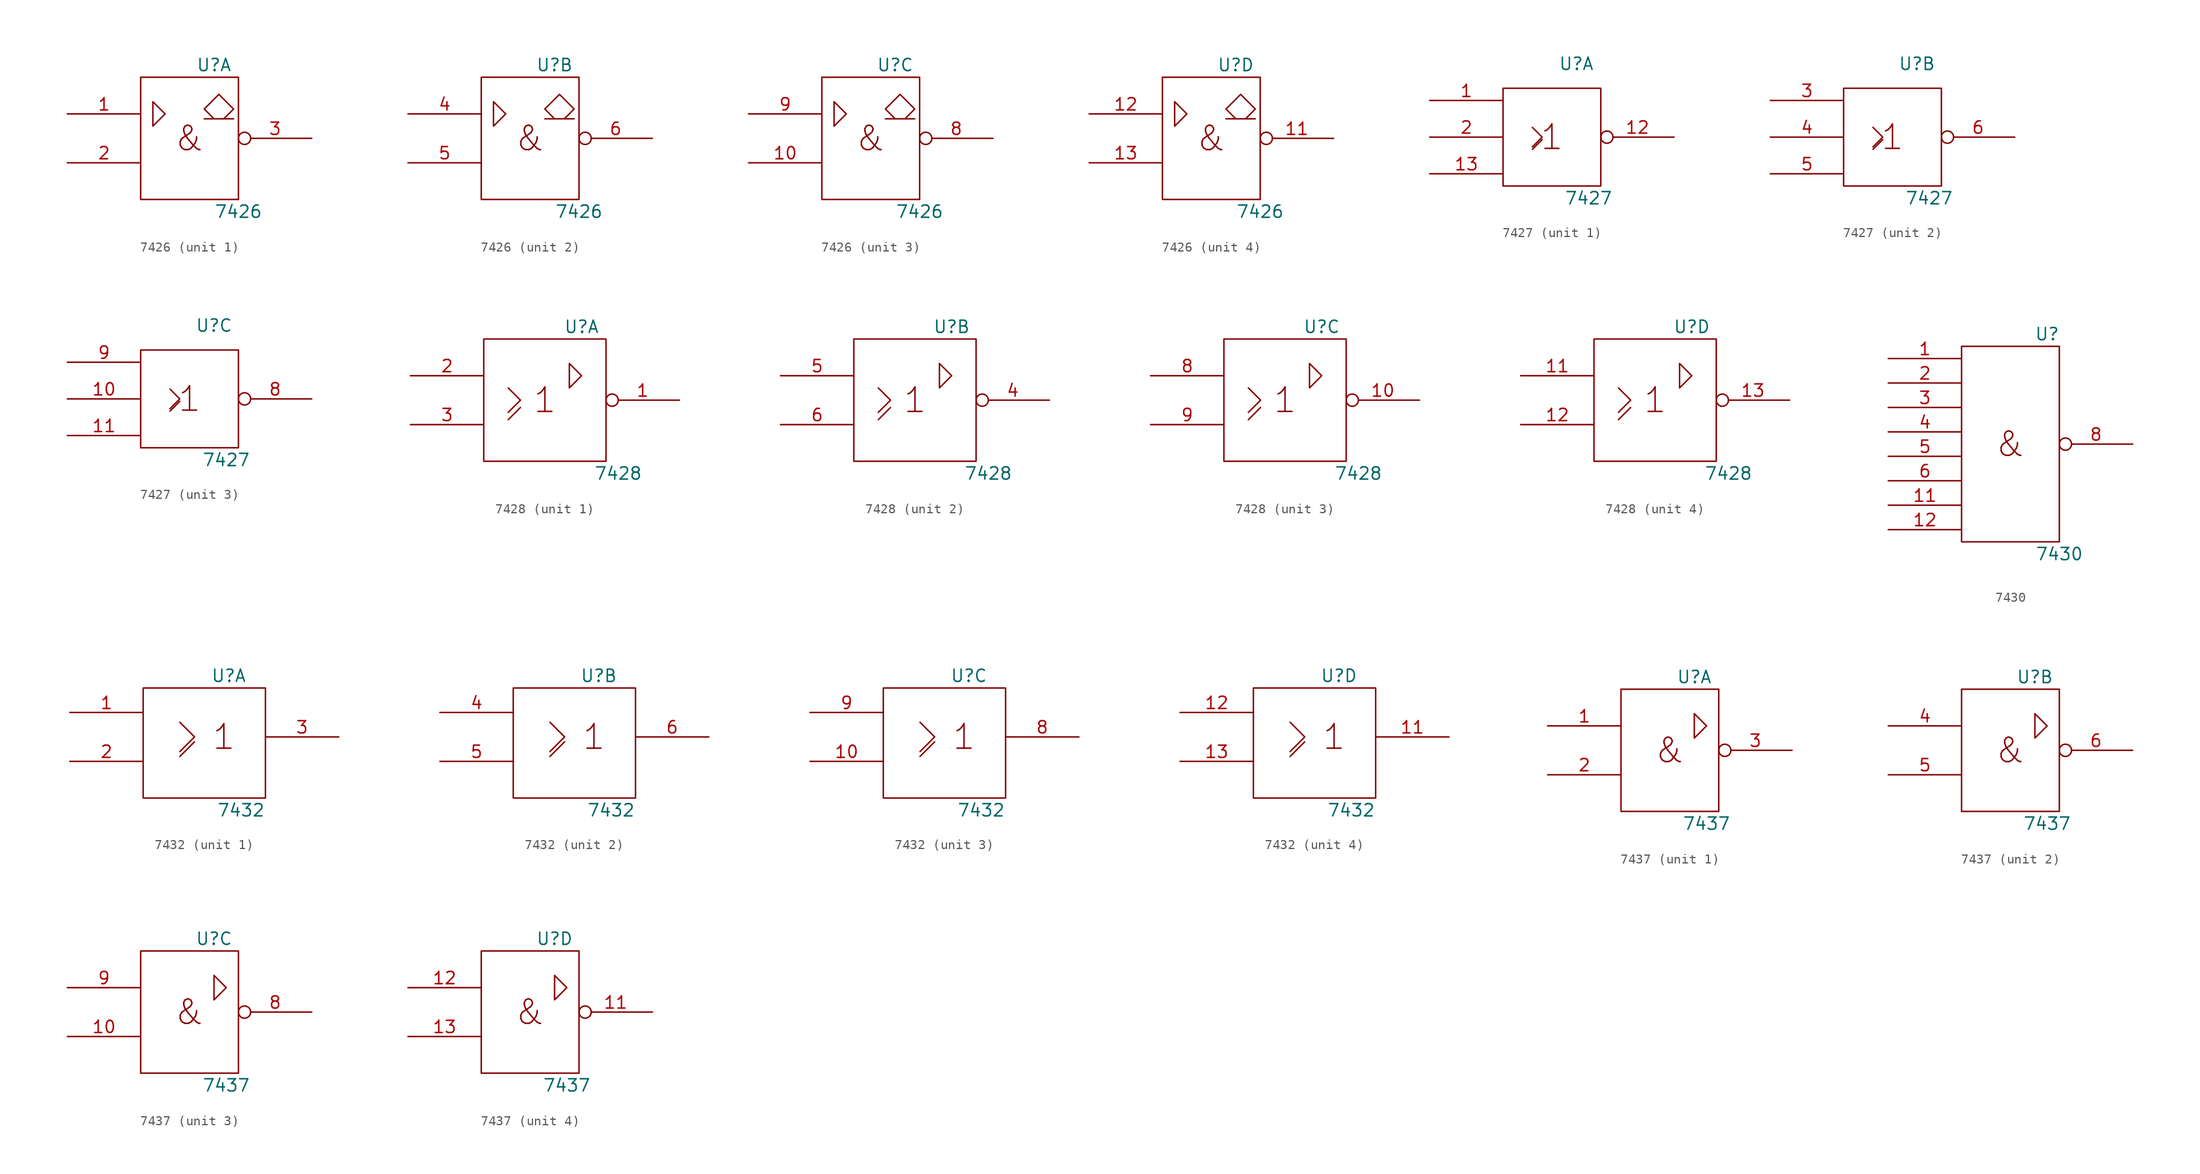
<source format=kicad_sym>
(kicad_symbol_lib
  (version 20201005)
  (generator kicad_symbol_editor)
  (symbol "7426"
    (pin_names
      (offset 0.762))
    (property "Reference" "U"
      (at 2.54 7.62 0)
      (effects (font (size 1.27 1.27))))
    (property "Value" "7426"
      (at 5.08 -7.62 0)
      (effects (font (size 1.27 1.27))))
    (symbol "7426_0_0"
      (text "&" (at 0 0 0) (effects (font (size 2.54 2.54))))
      (polyline (pts (xy -3.81 3.81) (xy -3.81 1.27) (xy -2.54 2.54) (xy -3.81 3.81) (xy -3.81 3.81)) (stroke (width 0)) (fill (type none)))
      (polyline (pts (xy 2.54 2.032) (xy 1.524 3.048) (xy 3.048 4.572) (xy 4.572 3.048) (xy 3.556 2.032) (xy 4.572 2.032) (xy 1.524 2.032) (xy 1.524 2.032)) (stroke (width 0)) (fill (type none)))
      (pin power_in line (at 0 6.35 270) (length 0) hide (name "Vcc" (effects (font (size 1.27 1.27)))) (number "14" (effects (font (size 1.27 1.27))))))
    (symbol "7426_0_1"
      (rectangle (start -5.08 6.35) (end 5.08 -6.35) (stroke (width 0)) (fill (type none)))
      (pin power_in line (at 0 -6.35 90) (length 0) hide (name "GND" (effects (font (size 1.27 1.27)))) (number "7" (effects (font (size 1.27 1.27))))))
    (symbol "7426_1_1"
      (pin input line (at -12.7 2.54 0) (length 7.62) (name "~" (effects (font (size 1.27 1.27)))) (number "1" (effects (font (size 1.27 1.27)))))
      (pin input line (at -12.7 -2.54 0) (length 7.62) (name "~" (effects (font (size 1.27 1.27)))) (number "2" (effects (font (size 1.27 1.27)))))
      (pin open_collector inverted (at 12.7 0 180) (length 7.62) (name "~" (effects (font (size 1.27 1.27)))) (number "3" (effects (font (size 1.27 1.27))))))
    (symbol "7426_2_1"
      (pin input line (at -12.7 2.54 0) (length 7.62) (name "~" (effects (font (size 1.27 1.27)))) (number "4" (effects (font (size 1.27 1.27)))))
      (pin input line (at -12.7 -2.54 0) (length 7.62) (name "~" (effects (font (size 1.27 1.27)))) (number "5" (effects (font (size 1.27 1.27)))))
      (pin open_collector inverted (at 12.7 0 180) (length 7.62) (name "~" (effects (font (size 1.27 1.27)))) (number "6" (effects (font (size 1.27 1.27))))))
    (symbol "7426_3_1"
      (pin input line (at -12.7 -2.54 0) (length 7.62) (name "~" (effects (font (size 1.27 1.27)))) (number "10" (effects (font (size 1.27 1.27)))))
      (pin open_collector inverted (at 12.7 0 180) (length 7.62) (name "~" (effects (font (size 1.27 1.27)))) (number "8" (effects (font (size 1.27 1.27)))))
      (pin input line (at -12.7 2.54 0) (length 7.62) (name "~" (effects (font (size 1.27 1.27)))) (number "9" (effects (font (size 1.27 1.27))))))
    (symbol "7426_4_1"
      (pin open_collector inverted (at 12.7 0 180) (length 7.62) (name "~" (effects (font (size 1.27 1.27)))) (number "11" (effects (font (size 1.27 1.27)))))
      (pin input line (at -12.7 2.54 0) (length 7.62) (name "~" (effects (font (size 1.27 1.27)))) (number "12" (effects (font (size 1.27 1.27)))))
      (pin input line (at -12.7 -2.54 0) (length 7.62) (name "~" (effects (font (size 1.27 1.27)))) (number "13" (effects (font (size 1.27 1.27)))))))
  (symbol "7427"
    (pin_names
      (offset 0.762))
    (property "Reference" "U"
      (at 2.54 7.62 0)
      (effects (font (size 1.27 1.27))))
    (property "Value" "7427"
      (at 3.81 -6.35 0)
      (effects (font (size 1.27 1.27))))
    (symbol "7427_0_0"
      (text "1" (at 0 0 0) (effects (font (size 2.54 2.54))))
      (polyline (pts (xy -2.032 -1.27) (xy -1.016 -0.254) (xy -1.016 -0.254)) (stroke (width 0)) (fill (type none)))
      (polyline (pts (xy -2.032 1.016) (xy -1.016 0) (xy -2.032 -1.016) (xy -2.032 -1.016)) (stroke (width 0)) (fill (type none))))
    (symbol "7427_0_1"
      (rectangle (start -5.08 5.08) (end 5.08 -5.08) (stroke (width 0)) (fill (type none)))
      (pin power_in line (at 0 5.08 270) (length 0) hide (name "Vcc" (effects (font (size 1.27 1.27)))) (number "14" (effects (font (size 1.27 1.27)))))
      (pin power_in line (at 0 -5.08 90) (length 0) hide (name "Gnd" (effects (font (size 1.27 1.27)))) (number "7" (effects (font (size 1.27 1.27))))))
    (symbol "7427_1_1"
      (pin input line (at -12.7 3.81 0) (length 7.62) (name "~" (effects (font (size 1.27 1.27)))) (number "1" (effects (font (size 1.27 1.27)))))
      (pin output inverted (at 12.7 0 180) (length 7.62) (name "~" (effects (font (size 1.27 1.27)))) (number "12" (effects (font (size 1.27 1.27)))))
      (pin input line (at -12.7 -3.81 0) (length 7.62) (name "~" (effects (font (size 1.27 1.27)))) (number "13" (effects (font (size 1.27 1.27)))))
      (pin input line (at -12.7 0 0) (length 7.62) (name "~" (effects (font (size 1.27 1.27)))) (number "2" (effects (font (size 1.27 1.27))))))
    (symbol "7427_2_1"
      (pin input line (at -12.7 3.81 0) (length 7.62) (name "~" (effects (font (size 1.27 1.27)))) (number "3" (effects (font (size 1.27 1.27)))))
      (pin input line (at -12.7 0 0) (length 7.62) (name "~" (effects (font (size 1.27 1.27)))) (number "4" (effects (font (size 1.27 1.27)))))
      (pin input line (at -12.7 -3.81 0) (length 7.62) (name "~" (effects (font (size 1.27 1.27)))) (number "5" (effects (font (size 1.27 1.27)))))
      (pin output inverted (at 12.7 0 180) (length 7.62) (name "~" (effects (font (size 1.27 1.27)))) (number "6" (effects (font (size 1.27 1.27))))))
    (symbol "7427_3_1"
      (pin input line (at -12.7 0 0) (length 7.62) (name "~" (effects (font (size 1.27 1.27)))) (number "10" (effects (font (size 1.27 1.27)))))
      (pin input line (at -12.7 -3.81 0) (length 7.62) (name "~" (effects (font (size 1.27 1.27)))) (number "11" (effects (font (size 1.27 1.27)))))
      (pin output inverted (at 12.7 0 180) (length 7.62) (name "~" (effects (font (size 1.27 1.27)))) (number "8" (effects (font (size 1.27 1.27)))))
      (pin input line (at -12.7 3.81 0) (length 7.62) (name "~" (effects (font (size 1.27 1.27)))) (number "9" (effects (font (size 1.27 1.27)))))))
  (symbol "7428"
    (pin_names
      (offset 0.762))
    (property "Reference" "U"
      (at 3.81 7.62 0)
      (effects (font (size 1.27 1.27))))
    (property "Value" "7428"
      (at 7.62 -7.62 0)
      (effects (font (size 1.27 1.27))))
    (symbol "7428_0_0"
      (text "1" (at 0 0 0) (effects (font (size 2.54 2.54))))
      (polyline (pts (xy -3.81 -2.032) (xy -2.54 -0.762) (xy -2.54 -0.762)) (stroke (width 0)) (fill (type none)))
      (polyline (pts (xy -3.81 1.27) (xy -2.54 0) (xy -3.81 -1.27) (xy -3.81 -1.27)) (stroke (width 0)) (fill (type none)))
      (pin power_in line (at 0 6.35 270) (length 0) hide (name "Vcc" (effects (font (size 1.27 1.27)))) (number "14" (effects (font (size 1.27 1.27)))))
      (pin power_in line (at 0 -6.35 90) (length 0) hide (name "Gnd" (effects (font (size 1.27 1.27)))) (number "7" (effects (font (size 1.27 1.27))))))
    (symbol "7428_0_1"
      (rectangle (start -6.35 6.35) (end 6.35 -6.35) (stroke (width 0)) (fill (type none)))
      (polyline (pts (xy 2.54 1.27) (xy 2.54 3.81) (xy 3.81 2.54) (xy 2.54 1.27) (xy 2.54 1.27)) (stroke (width 0)) (fill (type none))))
    (symbol "7428_1_1"
      (pin output inverted (at 13.97 0 180) (length 7.62) (name "~" (effects (font (size 1.27 1.27)))) (number "1" (effects (font (size 1.27 1.27)))))
      (pin input line (at -13.97 2.54 0) (length 7.62) (name "~" (effects (font (size 1.27 1.27)))) (number "2" (effects (font (size 1.27 1.27)))))
      (pin input line (at -13.97 -2.54 0) (length 7.62) (name "~" (effects (font (size 1.27 1.27)))) (number "3" (effects (font (size 1.27 1.27))))))
    (symbol "7428_2_1"
      (pin output inverted (at 13.97 0 180) (length 7.62) (name "~" (effects (font (size 1.27 1.27)))) (number "4" (effects (font (size 1.27 1.27)))))
      (pin input line (at -13.97 2.54 0) (length 7.62) (name "~" (effects (font (size 1.27 1.27)))) (number "5" (effects (font (size 1.27 1.27)))))
      (pin input line (at -13.97 -2.54 0) (length 7.62) (name "~" (effects (font (size 1.27 1.27)))) (number "6" (effects (font (size 1.27 1.27))))))
    (symbol "7428_3_1"
      (pin output inverted (at 13.97 0 180) (length 7.62) (name "~" (effects (font (size 1.27 1.27)))) (number "10" (effects (font (size 1.27 1.27)))))
      (pin input line (at -13.97 2.54 0) (length 7.62) (name "~" (effects (font (size 1.27 1.27)))) (number "8" (effects (font (size 1.27 1.27)))))
      (pin input line (at -13.97 -2.54 0) (length 7.62) (name "~" (effects (font (size 1.27 1.27)))) (number "9" (effects (font (size 1.27 1.27))))))
    (symbol "7428_4_1"
      (pin input line (at -13.97 2.54 0) (length 7.62) (name "~" (effects (font (size 1.27 1.27)))) (number "11" (effects (font (size 1.27 1.27)))))
      (pin input line (at -13.97 -2.54 0) (length 7.62) (name "~" (effects (font (size 1.27 1.27)))) (number "12" (effects (font (size 1.27 1.27)))))
      (pin output inverted (at 13.97 0 180) (length 7.62) (name "~" (effects (font (size 1.27 1.27)))) (number "13" (effects (font (size 1.27 1.27)))))))
  (symbol "7430"
    (pin_names
      (offset 0.762))
    (property "Reference" "U"
      (at 3.81 11.43 0)
      (effects (font (size 1.27 1.27))))
    (property "Value" "7430"
      (at 5.08 -11.43 0)
      (effects (font (size 1.27 1.27))))
    (symbol "7430_0_0"
      (text "&" (at 0 0 0) (effects (font (size 2.54 2.54)))))
    (symbol "7430_0_1"
      (rectangle (start -5.08 10.16) (end 5.08 -10.16) (stroke (width 0)) (fill (type none)))
      (pin power_in line (at 0 10.16 270) (length 0) hide (name "Vcc" (effects (font (size 1.27 1.27)))) (number "14" (effects (font (size 1.27 1.27)))))
      (pin power_in line (at 0 -10.16 90) (length 0) hide (name "Gnd" (effects (font (size 1.27 1.27)))) (number "7" (effects (font (size 1.27 1.27))))))
    (symbol "7430_1_1"
      (pin input line (at -12.7 8.89 0) (length 7.62) (name "~" (effects (font (size 1.27 1.27)))) (number "1" (effects (font (size 1.27 1.27)))))
      (pin input line (at -12.7 -6.35 0) (length 7.62) (name "~" (effects (font (size 1.27 1.27)))) (number "11" (effects (font (size 1.27 1.27)))))
      (pin input line (at -12.7 -8.89 0) (length 7.62) (name "~" (effects (font (size 1.27 1.27)))) (number "12" (effects (font (size 1.27 1.27)))))
      (pin input line (at -12.7 6.35 0) (length 7.62) (name "~" (effects (font (size 1.27 1.27)))) (number "2" (effects (font (size 1.27 1.27)))))
      (pin input line (at -12.7 3.81 0) (length 7.62) (name "~" (effects (font (size 1.27 1.27)))) (number "3" (effects (font (size 1.27 1.27)))))
      (pin input line (at -12.7 1.27 0) (length 7.62) (name "~" (effects (font (size 1.27 1.27)))) (number "4" (effects (font (size 1.27 1.27)))))
      (pin input line (at -12.7 -1.27 0) (length 7.62) (name "~" (effects (font (size 1.27 1.27)))) (number "5" (effects (font (size 1.27 1.27)))))
      (pin input line (at -12.7 -3.81 0) (length 7.62) (name "~" (effects (font (size 1.27 1.27)))) (number "6" (effects (font (size 1.27 1.27)))))
      (pin output inverted (at 12.7 0 180) (length 7.62) (name "~" (effects (font (size 1.27 1.27)))) (number "8" (effects (font (size 1.27 1.27)))))))
  (symbol "7432"
    (pin_names
      (offset 0.762))
    (property "Reference" "U"
      (at 2.54 6.35 0)
      (effects (font (size 1.27 1.27))))
    (property "Value" "7432"
      (at 3.81 -7.62 0)
      (effects (font (size 1.27 1.27))))
    (symbol "7432_0_1"
      (text "1" (at 2.032 0 0) (effects (font (size 2.54 2.54))))
      (rectangle (start -6.35 5.08) (end 6.35 -6.35) (stroke (width 0)) (fill (type none)))
      (polyline (pts (xy -2.54 -2.032) (xy -1.016 -0.508) (xy -1.016 -0.508)) (stroke (width 0)) (fill (type none)))
      (polyline (pts (xy -2.54 1.524) (xy -2.54 1.524) (xy -1.016 0) (xy -2.54 -1.524) (xy -2.54 -1.524)) (stroke (width 0)) (fill (type none)))
      (pin power_in line (at 0 5.08 270) (length 0) hide (name "Vcc" (effects (font (size 1.27 1.27)))) (number "14" (effects (font (size 1.27 1.27)))))
      (pin power_in line (at 0 -6.35 90) (length 0) hide (name "Gnd" (effects (font (size 1.27 1.27)))) (number "7" (effects (font (size 1.27 1.27))))))
    (symbol "7432_1_1"
      (pin input line (at -13.97 2.54 0) (length 7.62) (name "~" (effects (font (size 1.27 1.27)))) (number "1" (effects (font (size 1.27 1.27)))))
      (pin input line (at -13.97 -2.54 0) (length 7.62) (name "~" (effects (font (size 1.27 1.27)))) (number "2" (effects (font (size 1.27 1.27)))))
      (pin output line (at 13.97 0 180) (length 7.62) (name "~" (effects (font (size 1.27 1.27)))) (number "3" (effects (font (size 1.27 1.27))))))
    (symbol "7432_2_1"
      (pin input line (at -13.97 2.54 0) (length 7.62) (name "~" (effects (font (size 1.27 1.27)))) (number "4" (effects (font (size 1.27 1.27)))))
      (pin input line (at -13.97 -2.54 0) (length 7.62) (name "~" (effects (font (size 1.27 1.27)))) (number "5" (effects (font (size 1.27 1.27)))))
      (pin output line (at 13.97 0 180) (length 7.62) (name "~" (effects (font (size 1.27 1.27)))) (number "6" (effects (font (size 1.27 1.27))))))
    (symbol "7432_3_1"
      (pin input line (at -13.97 -2.54 0) (length 7.62) (name "~" (effects (font (size 1.27 1.27)))) (number "10" (effects (font (size 1.27 1.27)))))
      (pin output line (at 13.97 0 180) (length 7.62) (name "~" (effects (font (size 1.27 1.27)))) (number "8" (effects (font (size 1.27 1.27)))))
      (pin input line (at -13.97 2.54 0) (length 7.62) (name "~" (effects (font (size 1.27 1.27)))) (number "9" (effects (font (size 1.27 1.27))))))
    (symbol "7432_4_1"
      (pin output line (at 13.97 0 180) (length 7.62) (name "~" (effects (font (size 1.27 1.27)))) (number "11" (effects (font (size 1.27 1.27)))))
      (pin input line (at -13.97 2.54 0) (length 7.62) (name "~" (effects (font (size 1.27 1.27)))) (number "12" (effects (font (size 1.27 1.27)))))
      (pin input line (at -13.97 -2.54 0) (length 7.62) (name "~" (effects (font (size 1.27 1.27)))) (number "13" (effects (font (size 1.27 1.27)))))))
  (symbol "7437"
    (pin_names
      (offset 0.762))
    (property "Reference" "U"
      (at 2.54 7.62 0)
      (effects (font (size 1.27 1.27))))
    (property "Value" "7437"
      (at 3.81 -7.62 0)
      (effects (font (size 1.27 1.27))))
    (symbol "7437_0_0"
      (text "&" (at 0 0 0) (effects (font (size 2.54 2.54))))
      (polyline (pts (xy 2.54 3.81) (xy 2.54 1.27) (xy 3.81 2.54) (xy 2.54 3.81) (xy 2.54 3.81)) (stroke (width 0)) (fill (type none)))
      (pin power_in line (at 0 -6.35 90) (length 0) hide (name "GND" (effects (font (size 1.27 1.27)))) (number "7" (effects (font (size 1.27 1.27))))))
    (symbol "7437_0_1"
      (rectangle (start -5.08 6.35) (end 5.08 -6.35) (stroke (width 0)) (fill (type none)))
      (pin power_in line (at 0 6.35 270) (length 0) hide (name "Vcc" (effects (font (size 1.27 1.27)))) (number "14" (effects (font (size 1.27 1.27))))))
    (symbol "7437_1_1"
      (pin input line (at -12.7 2.54 0) (length 7.62) (name "~" (effects (font (size 1.27 1.27)))) (number "1" (effects (font (size 1.27 1.27)))))
      (pin input line (at -12.7 -2.54 0) (length 7.62) (name "~" (effects (font (size 1.27 1.27)))) (number "2" (effects (font (size 1.27 1.27)))))
      (pin output inverted (at 12.7 0 180) (length 7.62) (name "~" (effects (font (size 1.27 1.27)))) (number "3" (effects (font (size 1.27 1.27))))))
    (symbol "7437_2_1"
      (pin input line (at -12.7 2.54 0) (length 7.62) (name "~" (effects (font (size 1.27 1.27)))) (number "4" (effects (font (size 1.27 1.27)))))
      (pin input line (at -12.7 -2.54 0) (length 7.62) (name "~" (effects (font (size 1.27 1.27)))) (number "5" (effects (font (size 1.27 1.27)))))
      (pin output inverted (at 12.7 0 180) (length 7.62) (name "~" (effects (font (size 1.27 1.27)))) (number "6" (effects (font (size 1.27 1.27))))))
    (symbol "7437_3_1"
      (pin input line (at -12.7 -2.54 0) (length 7.62) (name "~" (effects (font (size 1.27 1.27)))) (number "10" (effects (font (size 1.27 1.27)))))
      (pin output inverted (at 12.7 0 180) (length 7.62) (name "~" (effects (font (size 1.27 1.27)))) (number "8" (effects (font (size 1.27 1.27)))))
      (pin input line (at -12.7 2.54 0) (length 7.62) (name "~" (effects (font (size 1.27 1.27)))) (number "9" (effects (font (size 1.27 1.27))))))
    (symbol "7437_4_1"
      (pin output inverted (at 12.7 0 180) (length 7.62) (name "~" (effects (font (size 1.27 1.27)))) (number "11" (effects (font (size 1.27 1.27)))))
      (pin input line (at -12.7 2.54 0) (length 7.62) (name "~" (effects (font (size 1.27 1.27)))) (number "12" (effects (font (size 1.27 1.27)))))
      (pin input line (at -12.7 -2.54 0) (length 7.62) (name "~" (effects (font (size 1.27 1.27)))) (number "13" (effects (font (size 1.27 1.27))))))))
</source>
